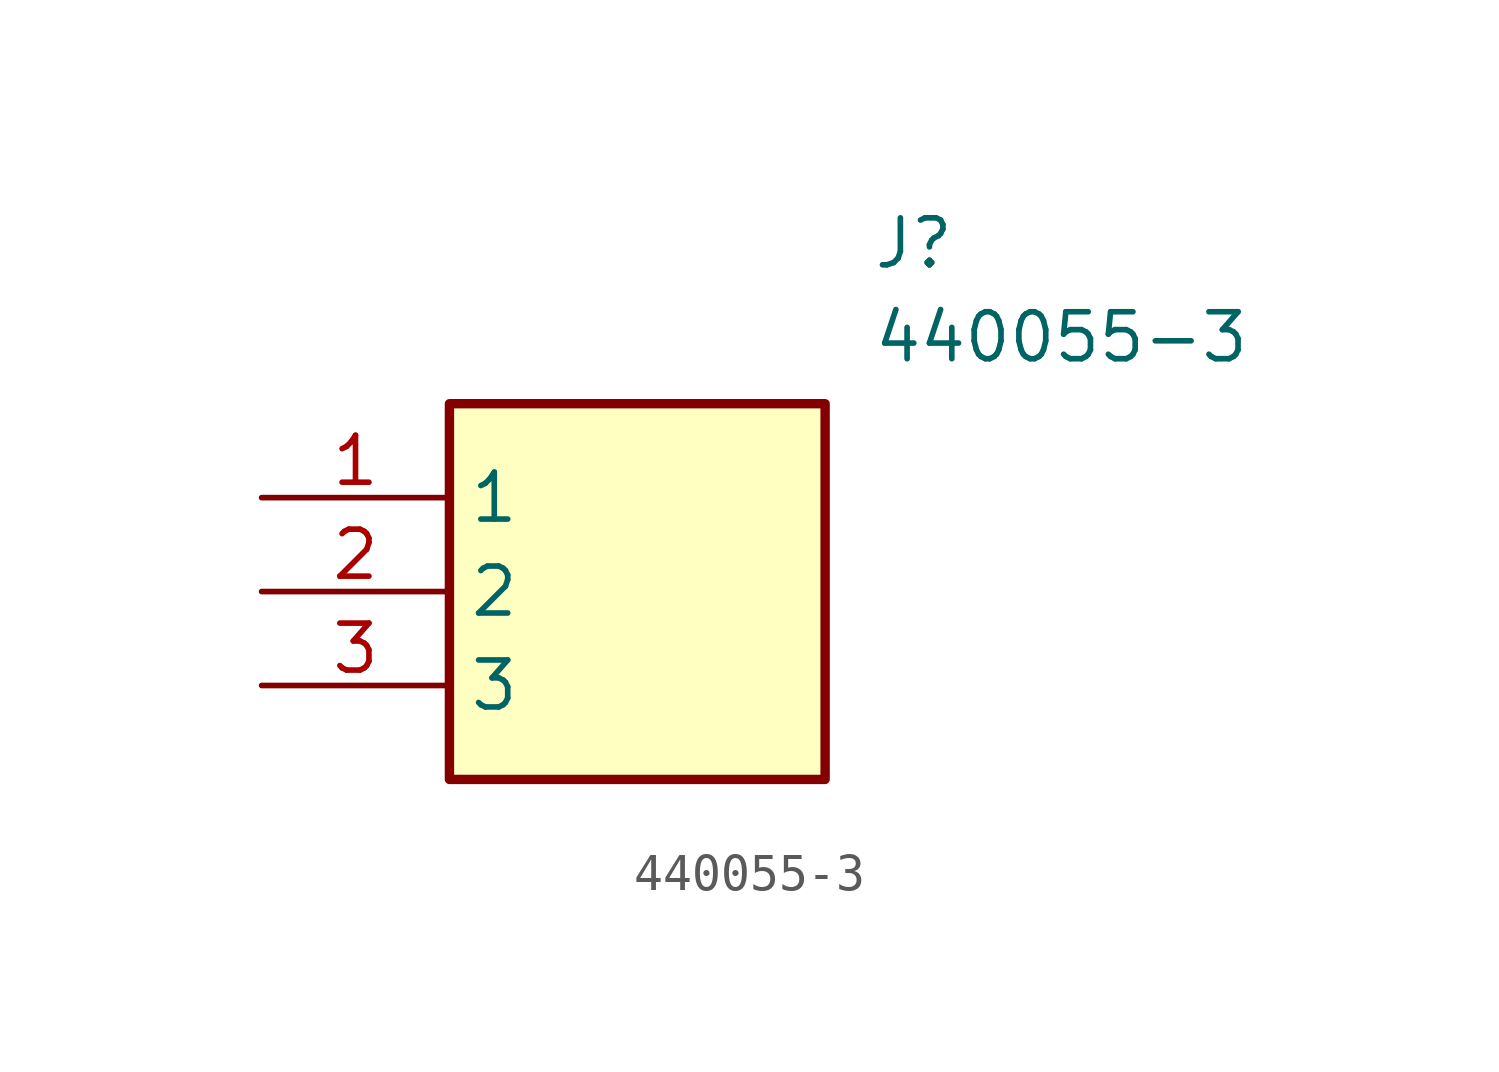
<source format=kicad_sym>
(kicad_symbol_lib
  (version 20211014)
  (generator SamacSys_ECAD_Model)
  (symbol "440055-3"
    (property "Reference" "J"
      (at 16.51 7.62 0)
      (effects (font (size 1.27 1.27)) (justify left top)))
    (property "Value" "440055-3"
      (at 16.51 5.08 0)
      (effects (font (size 1.27 1.27)) (justify left top)))
    (rectangle
      (start 5.08 2.54)
      (end 15.24 -7.62)
      (stroke (width 0.254) (type default))
      (fill (type background)))
    (pin passive line
      (at 0 0 0)
      (length 5.08)
      (name "1" (effects (font (size 1.27 1.27))))
      (number "1" (effects (font (size 1.27 1.27)))))
    (pin passive line
      (at 0 -2.54 0)
      (length 5.08)
      (name "2" (effects (font (size 1.27 1.27))))
      (number "2" (effects (font (size 1.27 1.27)))))
    (pin passive line
      (at 0 -5.08 0)
      (length 5.08)
      (name "3" (effects (font (size 1.27 1.27))))
      (number "3" (effects (font (size 1.27 1.27)))))))
</source>
